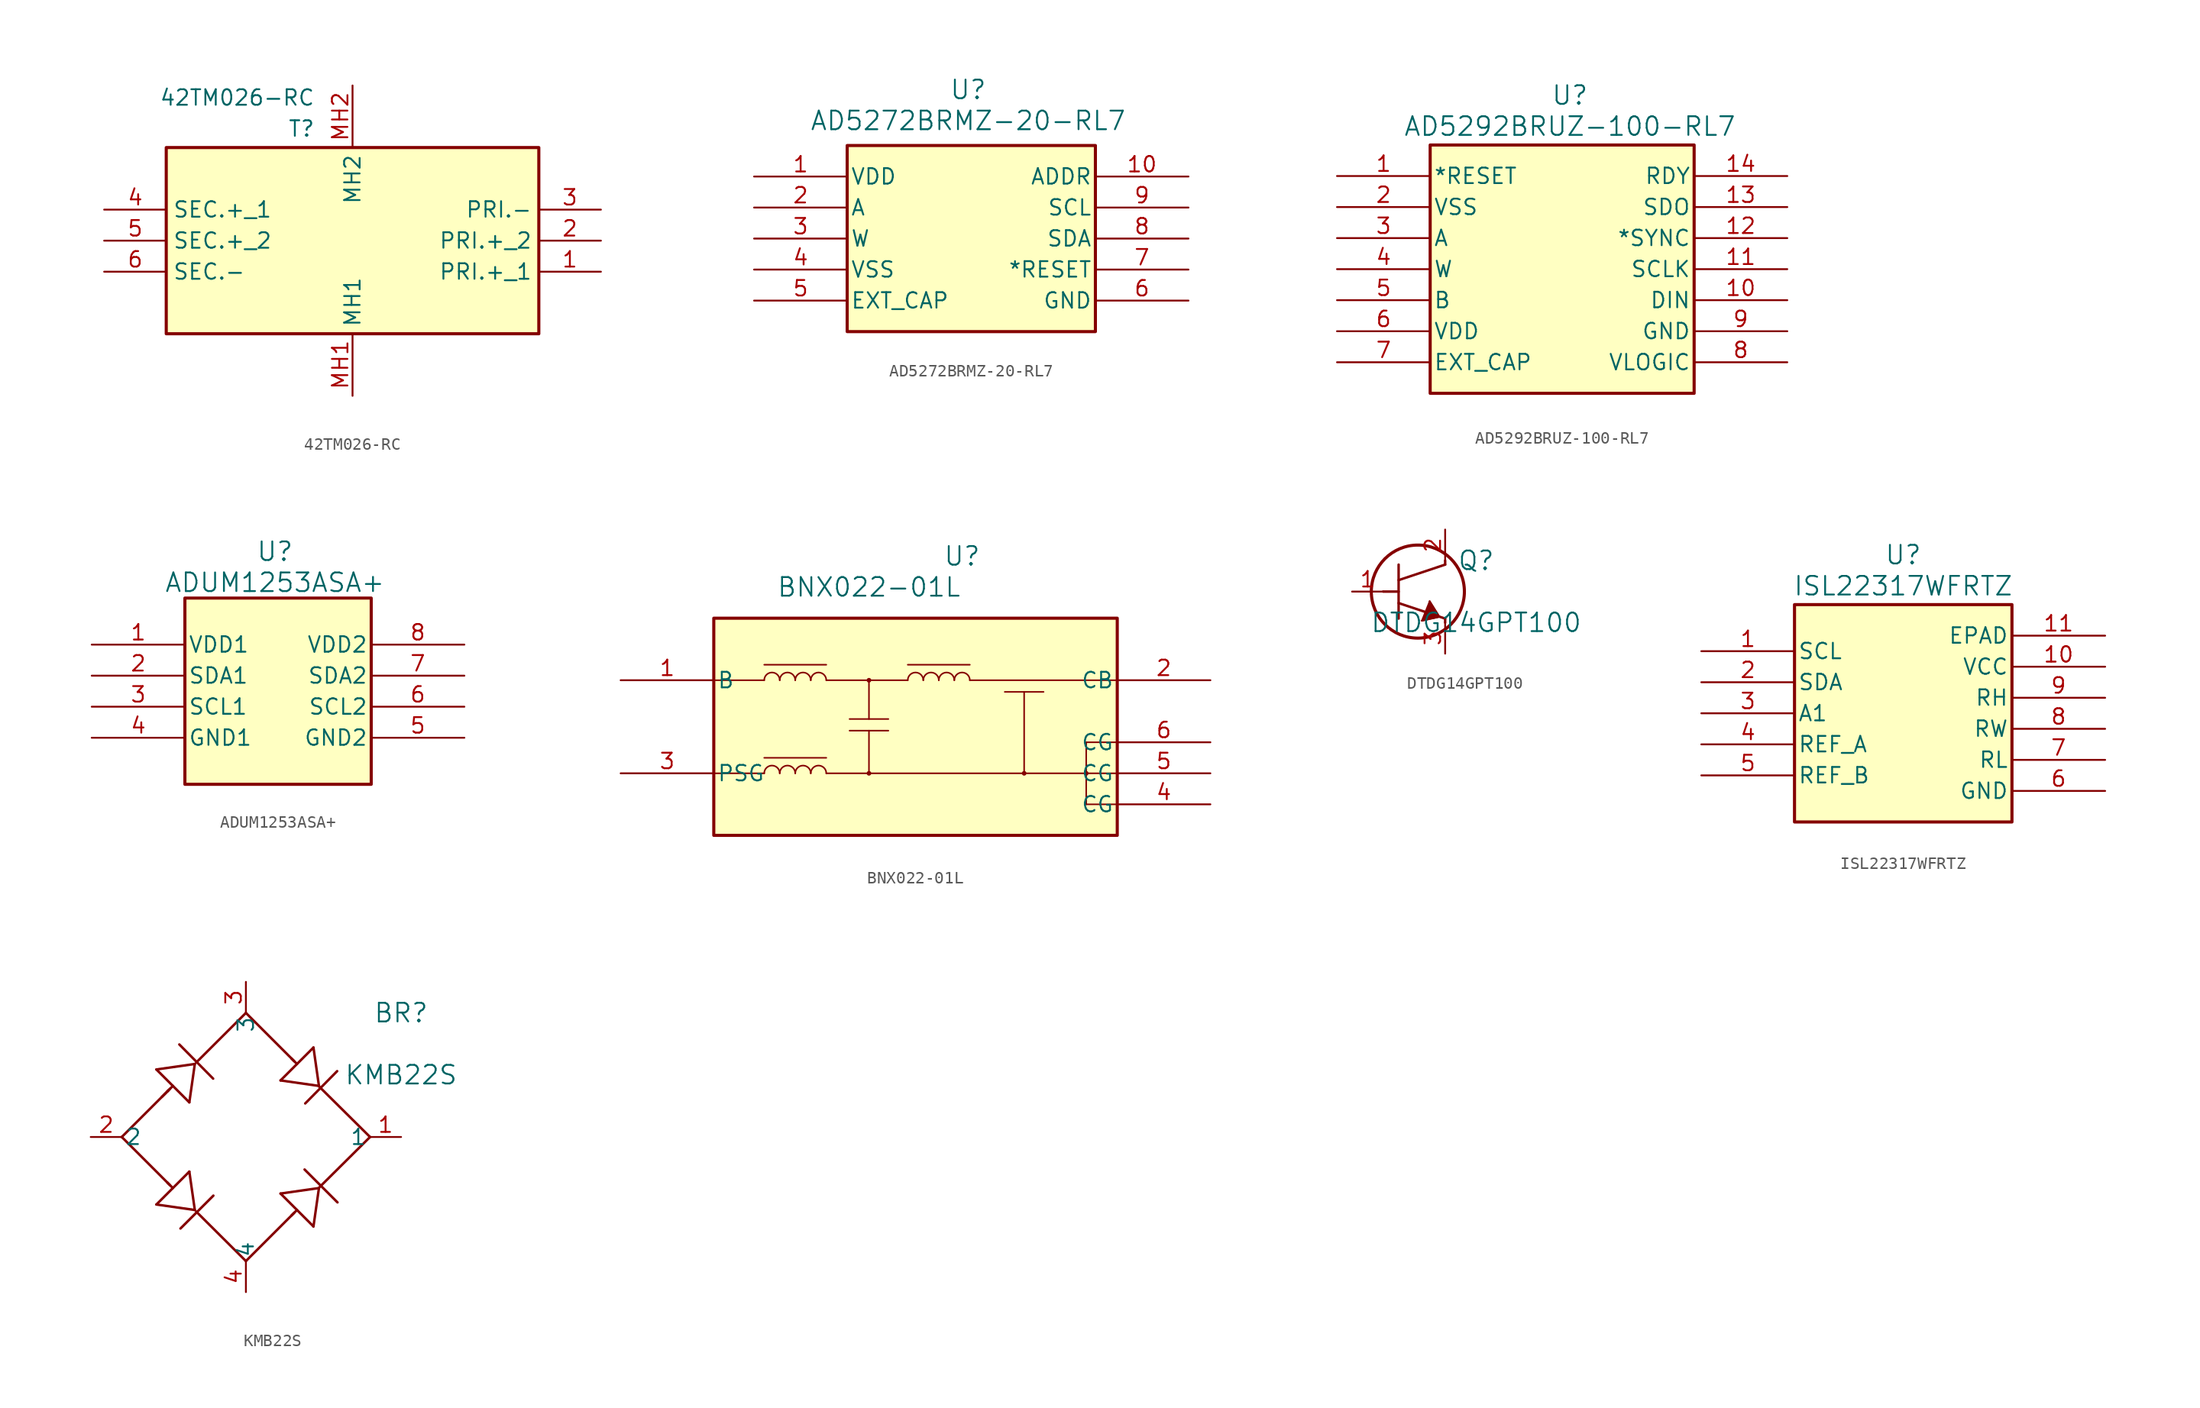
<source format=kicad_sym>
(kicad_symbol_lib
  (version 20241209)
  (generator "kicad_symbol_editor")
  (generator_version "9.0")
  (symbol "42TM026-RC"
    (property "Reference" "T"
      (at 25.527 10.541 0)
      (effects (font (size 1.27 1.27)) (justify right top)))
    (property "Value" "42TM026-RC"
      (at 25.527 13.081 0)
      (effects (font (size 1.27 1.27)) (justify right top)))
    (symbol "42TM026-RC_1_1"
      (rectangle (start 13.335 -6.985) (end 43.815 8.255) (stroke (width 0.254) (type default)) (fill (type background)))
      (pin passive line (at 8.255 3.175 0) (length 5.08) (name "SEC.+_1" (effects (font (size 1.27 1.27)))) (number "4" (effects (font (size 1.27 1.27)))))
      (pin passive line (at 8.255 0.635 0) (length 5.08) (name "SEC.+_2" (effects (font (size 1.27 1.27)))) (number "5" (effects (font (size 1.27 1.27)))))
      (pin passive line (at 8.255 -1.905 0) (length 5.08) (name "SEC.-" (effects (font (size 1.27 1.27)))) (number "6" (effects (font (size 1.27 1.27)))))
      (pin passive line (at 28.575 13.335 270) (length 5.08) (name "MH2" (effects (font (size 1.27 1.27)))) (number "MH2" (effects (font (size 1.27 1.27)))))
      (pin passive line (at 28.575 -12.065 90) (length 5.08) (name "MH1" (effects (font (size 1.27 1.27)))) (number "MH1" (effects (font (size 1.27 1.27)))))
      (pin passive line (at 48.895 3.175 180) (length 5.08) (name "PRI.-" (effects (font (size 1.27 1.27)))) (number "3" (effects (font (size 1.27 1.27)))))
      (pin passive line (at 48.895 0.635 180) (length 5.08) (name "PRI.+_2" (effects (font (size 1.27 1.27)))) (number "2" (effects (font (size 1.27 1.27)))))
      (pin passive line (at 48.895 -1.905 180) (length 5.08) (name "PRI.+_1" (effects (font (size 1.27 1.27)))) (number "1" (effects (font (size 1.27 1.27)))))))
  (symbol "AD5272BRMZ-20-RL7"
    (pin_names
      (offset 0.254))
    (property "Reference" "U"
      (at 30.226 19.812 0)
      (effects (font (size 1.524 1.524))))
    (property "Value" "AD5272BRMZ-20-RL7"
      (at 30.226 17.272 0)
      (effects (font (size 1.524 1.524))))
    (symbol "AD5272BRMZ-20-RL7_0_1"
      (pin power_in line (at 12.7 12.7 0) (length 7.62) (name "VDD" (effects (font (size 1.27 1.27)))) (number "1" (effects (font (size 1.27 1.27)))))
      (pin unspecified line (at 12.7 10.16 0) (length 7.62) (name "A" (effects (font (size 1.27 1.27)))) (number "2" (effects (font (size 1.27 1.27)))))
      (pin unspecified line (at 12.7 7.62 0) (length 7.62) (name "W" (effects (font (size 1.27 1.27)))) (number "3" (effects (font (size 1.27 1.27)))))
      (pin power_out line (at 12.7 5.08 0) (length 7.62) (name "VSS" (effects (font (size 1.27 1.27)))) (number "4" (effects (font (size 1.27 1.27)))))
      (pin unspecified line (at 12.7 2.54 0) (length 7.62) (name "EXT_CAP" (effects (font (size 1.27 1.27)))) (number "5" (effects (font (size 1.27 1.27)))))
      (pin unspecified line (at 48.26 12.7 180) (length 7.62) (name "ADDR" (effects (font (size 1.27 1.27)))) (number "10" (effects (font (size 1.27 1.27)))))
      (pin unspecified line (at 48.26 10.16 180) (length 7.62) (name "SCL" (effects (font (size 1.27 1.27)))) (number "9" (effects (font (size 1.27 1.27)))))
      (pin unspecified line (at 48.26 7.62 180) (length 7.62) (name "SDA" (effects (font (size 1.27 1.27)))) (number "8" (effects (font (size 1.27 1.27)))))
      (pin unspecified line (at 48.26 5.08 180) (length 7.62) (name "*RESET" (effects (font (size 1.27 1.27)))) (number "7" (effects (font (size 1.27 1.27)))))
      (pin power_out line (at 48.26 2.54 180) (length 7.62) (name "GND" (effects (font (size 1.27 1.27)))) (number "6" (effects (font (size 1.27 1.27))))))
    (symbol "AD5272BRMZ-20-RL7_1_1"
      (rectangle (start 20.32 15.24) (end 40.64 0) (stroke (width 0.254) (type solid)) (fill (type background)))))
  (symbol "AD5292BRUZ-100-RL7"
    (pin_names
      (offset 0.254))
    (property "Reference" "U"
      (at 38.1 24.384 0)
      (effects (font (size 1.524 1.524))))
    (property "Value" "AD5292BRUZ-100-RL7"
      (at 38.1 21.844 0)
      (effects (font (size 1.524 1.524))))
    (symbol "AD5292BRUZ-100-RL7_0_1"
      (pin input line (at 19.05 17.78 0) (length 7.62) (name "*RESET" (effects (font (size 1.27 1.27)))) (number "1" (effects (font (size 1.27 1.27)))))
      (pin power_out line (at 19.05 15.24 0) (length 7.62) (name "VSS" (effects (font (size 1.27 1.27)))) (number "2" (effects (font (size 1.27 1.27)))))
      (pin unspecified line (at 19.05 12.7 0) (length 7.62) (name "A" (effects (font (size 1.27 1.27)))) (number "3" (effects (font (size 1.27 1.27)))))
      (pin unspecified line (at 19.05 10.16 0) (length 7.62) (name "W" (effects (font (size 1.27 1.27)))) (number "4" (effects (font (size 1.27 1.27)))))
      (pin unspecified line (at 19.05 7.62 0) (length 7.62) (name "B" (effects (font (size 1.27 1.27)))) (number "5" (effects (font (size 1.27 1.27)))))
      (pin power_in line (at 19.05 5.08 0) (length 7.62) (name "VDD" (effects (font (size 1.27 1.27)))) (number "6" (effects (font (size 1.27 1.27)))))
      (pin power_in line (at 19.05 2.54 0) (length 7.62) (name "EXT_CAP" (effects (font (size 1.27 1.27)))) (number "7" (effects (font (size 1.27 1.27)))))
      (pin output line (at 55.88 17.78 180) (length 7.62) (name "RDY" (effects (font (size 1.27 1.27)))) (number "14" (effects (font (size 1.27 1.27)))))
      (pin output line (at 55.88 15.24 180) (length 7.62) (name "SDO" (effects (font (size 1.27 1.27)))) (number "13" (effects (font (size 1.27 1.27)))))
      (pin input line (at 55.88 12.7 180) (length 7.62) (name "*SYNC" (effects (font (size 1.27 1.27)))) (number "12" (effects (font (size 1.27 1.27)))))
      (pin input line (at 55.88 10.16 180) (length 7.62) (name "SCLK" (effects (font (size 1.27 1.27)))) (number "11" (effects (font (size 1.27 1.27)))))
      (pin input line (at 55.88 7.62 180) (length 7.62) (name "DIN" (effects (font (size 1.27 1.27)))) (number "10" (effects (font (size 1.27 1.27)))))
      (pin power_out line (at 55.88 5.08 180) (length 7.62) (name "GND" (effects (font (size 1.27 1.27)))) (number "9" (effects (font (size 1.27 1.27)))))
      (pin power_in line (at 55.88 2.54 180) (length 7.62) (name "VLOGIC" (effects (font (size 1.27 1.27)))) (number "8" (effects (font (size 1.27 1.27))))))
    (symbol "AD5292BRUZ-100-RL7_1_1"
      (rectangle (start 26.67 20.32) (end 48.26 0) (stroke (width 0.254) (type solid)) (fill (type background)))))
  (symbol "ADUM1253ASA+"
    (pin_names
      (offset 0.254))
    (property "Reference" "U"
      (at 14.986 8.89 0)
      (effects (font (size 1.524 1.524))))
    (property "Value" "ADUM1253ASA+"
      (at 14.986 6.35 0)
      (effects (font (size 1.524 1.524))))
    (symbol "ADUM1253ASA+_0_1"
      (pin power_in line (at 0 1.27 0) (length 7.62) (name "VDD1" (effects (font (size 1.27 1.27)))) (number "1" (effects (font (size 1.27 1.27)))))
      (pin bidirectional line (at 0 -1.27 0) (length 7.62) (name "SDA1" (effects (font (size 1.27 1.27)))) (number "2" (effects (font (size 1.27 1.27)))))
      (pin input line (at 0 -3.81 0) (length 7.62) (name "SCL1" (effects (font (size 1.27 1.27)))) (number "3" (effects (font (size 1.27 1.27)))))
      (pin power_out line (at 0 -6.35 0) (length 7.62) (name "GND1" (effects (font (size 1.27 1.27)))) (number "4" (effects (font (size 1.27 1.27)))))
      (pin power_in line (at 30.48 1.27 180) (length 7.62) (name "VDD2" (effects (font (size 1.27 1.27)))) (number "8" (effects (font (size 1.27 1.27)))))
      (pin bidirectional line (at 30.48 -1.27 180) (length 7.62) (name "SDA2" (effects (font (size 1.27 1.27)))) (number "7" (effects (font (size 1.27 1.27)))))
      (pin input line (at 30.48 -3.81 180) (length 7.62) (name "SCL2" (effects (font (size 1.27 1.27)))) (number "6" (effects (font (size 1.27 1.27)))))
      (pin power_out line (at 30.48 -6.35 180) (length 7.62) (name "GND2" (effects (font (size 1.27 1.27)))) (number "5" (effects (font (size 1.27 1.27))))))
    (symbol "ADUM1253ASA+_1_1"
      (rectangle (start 7.62 5.08) (end 22.86 -10.16) (stroke (width 0.254) (type solid)) (fill (type background)))))
  (symbol "BNX022-01L"
    (pin_names
      (offset 0.254))
    (property "Reference" "U"
      (at 27.94 10.16 0)
      (effects (font (size 1.524 1.524))))
    (property "Value" "BNX022-01L"
      (at 20.32 7.62 0)
      (effects (font (size 1.524 1.524))))
    (symbol "BNX022-01L_0_1"
      (polyline (pts (xy 7.62 0) (xy 11.748 0)) (stroke (width 0.127) (type default)) (fill (type none)))
      (polyline (pts (xy 7.62 -7.62) (xy 11.748 -7.62)) (stroke (width 0.127) (type default)) (fill (type none)))
      (polyline (pts (xy 11.748 1.27) (xy 16.828 1.27)) (stroke (width 0.127) (type default)) (fill (type none)))
      (polyline (pts (xy 11.748 -6.35) (xy 16.828 -6.35)) (stroke (width 0.127) (type default)) (fill (type none)))
      (arc (start 11.7475 0) (mid 12.3825 0.6323) (end 13.0175 0) (stroke (width 0.127) (type default)) (fill (type none)))
      (arc (start 11.7475 -7.62) (mid 12.3825 -6.9877) (end 13.0175 -7.62) (stroke (width 0.127) (type default)) (fill (type none)))
      (arc (start 13.0175 0) (mid 13.6525 0.6323) (end 14.2875 0) (stroke (width 0.127) (type default)) (fill (type none)))
      (arc (start 13.0175 -7.62) (mid 13.6525 -6.9877) (end 14.2875 -7.62) (stroke (width 0.127) (type default)) (fill (type none)))
      (arc (start 14.2875 0) (mid 14.9225 0.6323) (end 15.5575 0) (stroke (width 0.127) (type default)) (fill (type none)))
      (arc (start 14.2875 -7.62) (mid 14.9225 -6.9877) (end 15.5575 -7.62) (stroke (width 0.127) (type default)) (fill (type none)))
      (arc (start 15.5575 0) (mid 16.1925 0.6323) (end 16.8275 0) (stroke (width 0.127) (type default)) (fill (type none)))
      (arc (start 15.5575 -7.62) (mid 16.1925 -6.9877) (end 16.8275 -7.62) (stroke (width 0.127) (type default)) (fill (type none)))
      (polyline (pts (xy 16.828 0) (xy 23.495 0)) (stroke (width 0.127) (type default)) (fill (type none)))
      (polyline (pts (xy 16.828 -7.62) (xy 40.64 -7.62)) (stroke (width 0.127) (type default)) (fill (type none)))
      (polyline (pts (xy 18.733 -3.175) (xy 21.907 -3.175)) (stroke (width 0.127) (type default)) (fill (type none)))
      (polyline (pts (xy 18.733 -4.128) (xy 21.907 -4.128)) (stroke (width 0.127) (type default)) (fill (type none)))
      (polyline (pts (xy 20.32 0) (xy 20.32 -3.175)) (stroke (width 0.127) (type default)) (fill (type none)))
      (circle (center 20.32 0) (radius 0.127) (stroke (width 0.127) (type default)) (fill (type none)))
      (polyline (pts (xy 20.32 -4.128) (xy 20.32 -7.62)) (stroke (width 0.127) (type default)) (fill (type none)))
      (circle (center 20.32 -7.62) (radius 0.127) (stroke (width 0.127) (type default)) (fill (type none)))
      (polyline (pts (xy 23.495 1.27) (xy 28.575 1.27)) (stroke (width 0.127) (type default)) (fill (type none)))
      (arc (start 23.495 0) (mid 24.13 0.6323) (end 24.765 0) (stroke (width 0.127) (type default)) (fill (type none)))
      (arc (start 24.765 0) (mid 25.4 0.6323) (end 26.035 0) (stroke (width 0.127) (type default)) (fill (type none)))
      (arc (start 26.035 0) (mid 26.67 0.6323) (end 27.305 0) (stroke (width 0.127) (type default)) (fill (type none)))
      (arc (start 27.305 0) (mid 27.94 0.6323) (end 28.575 0) (stroke (width 0.127) (type default)) (fill (type none)))
      (polyline (pts (xy 28.575 0) (xy 40.64 0)) (stroke (width 0.127) (type default)) (fill (type none)))
      (polyline (pts (xy 31.433 -0.953) (xy 34.608 -0.953)) (stroke (width 0.127) (type default)) (fill (type none)))
      (polyline (pts (xy 33.02 -7.62) (xy 33.02 -0.953)) (stroke (width 0.127) (type default)) (fill (type none)))
      (circle (center 33.02 -7.62) (radius 0.127) (stroke (width 0.127) (type default)) (fill (type none)))
      (polyline (pts (xy 38.1 -5.08) (xy 38.1 -10.16)) (stroke (width 0.127) (type default)) (fill (type none)))
      (circle (center 38.1 -7.62) (radius 0.127) (stroke (width 0.127) (type default)) (fill (type none)))
      (polyline (pts (xy 40.64 -5.08) (xy 38.1 -5.08)) (stroke (width 0.127) (type default)) (fill (type none)))
      (polyline (pts (xy 40.64 -10.16) (xy 38.1 -10.16)) (stroke (width 0.127) (type default)) (fill (type none)))
      (pin unspecified line (at 0 0 0) (length 7.62) (name "B" (effects (font (size 1.27 1.27)))) (number "1" (effects (font (size 1.27 1.27)))))
      (pin unspecified line (at 48.26 -5.08 180) (length 7.62) (name "CG" (effects (font (size 1.27 1.27)))) (number "6" (effects (font (size 1.27 1.27)))))
      (pin unspecified line (at 48.26 -7.62 180) (length 7.62) (name "CG" (effects (font (size 1.27 1.27)))) (number "5" (effects (font (size 1.27 1.27)))))
      (pin unspecified line (at 48.26 -10.16 180) (length 7.62) (name "CG" (effects (font (size 1.27 1.27)))) (number "4" (effects (font (size 1.27 1.27))))))
    (symbol "BNX022-01L_1_1"
      (rectangle (start 7.62 5.08) (end 40.64 -12.7) (stroke (width 0.254) (type solid)) (fill (type background)))
      (pin unspecified line (at 0 -7.62 0) (length 7.62) (name "PSG" (effects (font (size 1.27 1.27)))) (number "3" (effects (font (size 1.27 1.27)))))
      (pin unspecified line (at 48.26 0 180) (length 7.62) (name "CB" (effects (font (size 1.27 1.27)))) (number "2" (effects (font (size 1.27 1.27)))))))
  (symbol "DTDG14GPT100"
    (pin_names
      (offset 0.002))
    (property "Reference" "Q"
      (at 10.16 2.54 0)
      (effects (font (size 1.524 1.524))))
    (property "Value" "DTDG14GPT100"
      (at 10.16 -2.54 0)
      (effects (font (size 1.524 1.524))))
    (symbol "DTDG14GPT100_0_1"
      (polyline (pts (xy 2.54 0) (xy 3.81 0)) (stroke (width 0.203) (type default)) (fill (type none)))
      (polyline (pts (xy 3.81 0.94) (xy 7.62 2.21)) (stroke (width 0.203) (type default)) (fill (type none)))
      (polyline (pts (xy 3.81 -0.94) (xy 7.62 -2.21)) (stroke (width 0.203) (type default)) (fill (type none)))
      (polyline (pts (xy 3.81 -2.21) (xy 3.81 2.21)) (stroke (width 0.203) (type default)) (fill (type none)))
      (circle (center 5.385 0) (radius 3.81) (stroke (width 0.254) (type default)) (fill (type none)))
      (polyline (pts (xy 5.715 -2.381) (xy 7.144 -2.064)) (stroke (width 0.127) (type default)) (fill (type none)))
      (polyline (pts (xy 6.35 -0.794) (xy 5.715 -2.381)) (stroke (width 0.127) (type default)) (fill (type none)))
      (polyline (pts (xy 6.35 -0.794) (xy 7.144 -2.064) (xy 5.715 -2.381)) (stroke (width 0) (type default)) (fill (type outline)))
      (polyline (pts (xy 7.144 -2.064) (xy 6.35 -0.794)) (stroke (width 0.127) (type default)) (fill (type none)))
      (polyline (pts (xy 7.62 2.21) (xy 7.62 2.54)) (stroke (width 0.203) (type default)) (fill (type none)))
      (polyline (pts (xy 7.62 -2.54) (xy 7.62 -2.21)) (stroke (width 0.203) (type default)) (fill (type none))))
    (symbol "DTDG14GPT100_1_1"
      (pin input line (at 0 0 0) (length 2.54) (name "" (effects (font (size 1.27 1.27)))) (number "1" (effects (font (size 1.27 1.27)))))
      (pin passive line (at 7.62 5.08 270) (length 2.54) (name "" (effects (font (size 1.27 1.27)))) (number "2" (effects (font (size 1.27 1.27)))))
      (pin passive line (at 7.62 -5.08 90) (length 2.54) (name "" (effects (font (size 1.27 1.27)))) (number "3" (effects (font (size 1.27 1.27)))))))
  (symbol "ISL22317WFRTZ"
    (pin_names
      (offset 0.254))
    (property "Reference" "U"
      (at 29.21 23.114 0)
      (effects (font (size 1.524 1.524))))
    (property "Value" "ISL22317WFRTZ"
      (at 29.21 20.574 0)
      (effects (font (size 1.524 1.524))))
    (symbol "ISL22317WFRTZ_0_1"
      (pin input line (at 12.7 15.24 0) (length 7.62) (name "SCL" (effects (font (size 1.27 1.27)))) (number "1" (effects (font (size 1.27 1.27)))))
      (pin bidirectional line (at 12.7 12.7 0) (length 7.62) (name "SDA" (effects (font (size 1.27 1.27)))) (number "2" (effects (font (size 1.27 1.27)))))
      (pin input line (at 12.7 10.16 0) (length 7.62) (name "A1" (effects (font (size 1.27 1.27)))) (number "3" (effects (font (size 1.27 1.27)))))
      (pin unspecified line (at 12.7 7.62 0) (length 7.62) (name "REF_A" (effects (font (size 1.27 1.27)))) (number "4" (effects (font (size 1.27 1.27)))))
      (pin unspecified line (at 12.7 5.08 0) (length 7.62) (name "REF_B" (effects (font (size 1.27 1.27)))) (number "5" (effects (font (size 1.27 1.27)))))
      (pin unspecified line (at 45.72 16.51 180) (length 7.62) (name "EPAD" (effects (font (size 1.27 1.27)))) (number "11" (effects (font (size 1.27 1.27)))))
      (pin power_in line (at 45.72 13.97 180) (length 7.62) (name "VCC" (effects (font (size 1.27 1.27)))) (number "10" (effects (font (size 1.27 1.27)))))
      (pin unspecified line (at 45.72 11.43 180) (length 7.62) (name "RH" (effects (font (size 1.27 1.27)))) (number "9" (effects (font (size 1.27 1.27)))))
      (pin unspecified line (at 45.72 8.89 180) (length 7.62) (name "RW" (effects (font (size 1.27 1.27)))) (number "8" (effects (font (size 1.27 1.27)))))
      (pin unspecified line (at 45.72 6.35 180) (length 7.62) (name "RL" (effects (font (size 1.27 1.27)))) (number "7" (effects (font (size 1.27 1.27)))))
      (pin power_in line (at 45.72 3.81 180) (length 7.62) (name "GND" (effects (font (size 1.27 1.27)))) (number "6" (effects (font (size 1.27 1.27))))))
    (symbol "ISL22317WFRTZ_1_1"
      (rectangle (start 20.32 19.05) (end 38.1 1.27) (stroke (width 0.254) (type solid)) (fill (type background)))))
  (symbol "KMB22S"
    (pin_names
      (offset 0.254))
    (property "Reference" "BR"
      (at 25.4 10.16 0)
      (effects (font (size 1.524 1.524))))
    (property "Value" "KMB22S"
      (at 25.4 5.08 0)
      (effects (font (size 1.524 1.524))))
    (symbol "KMB22S_0_1"
      (polyline (pts (xy 2.54 0) (xy 6.35 3.81)) (stroke (width 0.203) (type default)) (fill (type none)))
      (polyline (pts (xy 2.54 0) (xy 6.489 -3.949)) (stroke (width 0.203) (type default)) (fill (type none)))
      (polyline (pts (xy 5.375 5.529) (xy 8.069 2.835)) (stroke (width 0.203) (type default)) (fill (type none)))
      (polyline (pts (xy 5.375 -5.529) (xy 8.518 -5.978)) (stroke (width 0.203) (type default)) (fill (type none)))
      (polyline (pts (xy 5.824 3.284) (xy 6.489 3.949)) (stroke (width 0.203) (type default)) (fill (type none)))
      (polyline (pts (xy 6.273 3.733) (xy 6.722 4.182)) (stroke (width 0.203) (type default)) (fill (type none)))
      (polyline (pts (xy 6.273 -3.733) (xy 6.722 -4.182)) (stroke (width 0.203) (type default)) (fill (type none)))
      (polyline (pts (xy 7.343 -7.496) (xy 10.037 -4.802)) (stroke (width 0.203) (type default)) (fill (type none)))
      (polyline (pts (xy 8.069 2.835) (xy 8.518 5.978)) (stroke (width 0.203) (type default)) (fill (type none)))
      (polyline (pts (xy 8.069 -2.835) (xy 5.375 -5.529)) (stroke (width 0.203) (type default)) (fill (type none)))
      (polyline (pts (xy 8.518 5.978) (xy 5.375 5.529)) (stroke (width 0.203) (type default)) (fill (type none)))
      (polyline (pts (xy 8.518 -5.978) (xy 8.069 -2.835)) (stroke (width 0.203) (type default)) (fill (type none)))
      (polyline (pts (xy 8.634 6.1) (xy 12.7 10.16)) (stroke (width 0.203) (type default)) (fill (type none)))
      (polyline (pts (xy 10.019 4.777) (xy 7.25 7.577)) (stroke (width 0.203) (type default)) (fill (type none)))
      (polyline (pts (xy 12.7 10.16) (xy 16.648 6.212)) (stroke (width 0.203) (type default)) (fill (type none)))
      (polyline (pts (xy 12.7 -10.16) (xy 8.634 -6.111)) (stroke (width 0.203) (type default)) (fill (type none)))
      (polyline (pts (xy 12.7 -10.16) (xy 16.648 -6.212)) (stroke (width 0.203) (type default)) (fill (type none)))
      (polyline (pts (xy 15.535 4.631) (xy 18.678 4.182)) (stroke (width 0.203) (type default)) (fill (type none)))
      (polyline (pts (xy 15.535 -4.631) (xy 18.229 -7.325)) (stroke (width 0.203) (type default)) (fill (type none)))
      (polyline (pts (xy 16.433 6.427) (xy 16.882 5.978)) (stroke (width 0.203) (type default)) (fill (type none)))
      (polyline (pts (xy 16.433 -6.427) (xy 16.882 -5.978)) (stroke (width 0.203) (type default)) (fill (type none)))
      (polyline (pts (xy 17.555 2.747) (xy 20.169 5.393)) (stroke (width 0.203) (type default)) (fill (type none)))
      (polyline (pts (xy 18.229 7.325) (xy 15.535 4.631)) (stroke (width 0.203) (type default)) (fill (type none)))
      (polyline (pts (xy 18.229 -7.325) (xy 18.678 -4.182)) (stroke (width 0.203) (type default)) (fill (type none)))
      (polyline (pts (xy 18.678 4.182) (xy 18.229 7.325)) (stroke (width 0.203) (type default)) (fill (type none)))
      (polyline (pts (xy 18.678 -4.182) (xy 15.535 -4.631)) (stroke (width 0.203) (type default)) (fill (type none)))
      (polyline (pts (xy 20.196 -5.357) (xy 17.502 -2.663)) (stroke (width 0.203) (type default)) (fill (type none)))
      (polyline (pts (xy 22.86 0) (xy 18.693 4.131)) (stroke (width 0.203) (type default)) (fill (type none)))
      (polyline (pts (xy 22.86 0) (xy 18.736 -4.096)) (stroke (width 0.203) (type default)) (fill (type none))))
    (symbol "KMB22S_1_1"
      (pin passive line (at 0 0 0) (length 2.54) (name "2" (effects (font (size 1.27 1.27)))) (number "2" (effects (font (size 1.27 1.27)))))
      (pin passive line (at 12.7 12.7 270) (length 2.54) (name "3" (effects (font (size 1.27 1.27)))) (number "3" (effects (font (size 1.27 1.27)))))
      (pin passive line (at 12.7 -12.7 90) (length 2.54) (name "4" (effects (font (size 1.27 1.27)))) (number "4" (effects (font (size 1.27 1.27)))))
      (pin passive line (at 25.4 0 180) (length 2.54) (name "1" (effects (font (size 1.27 1.27)))) (number "1" (effects (font (size 1.27 1.27))))))))
</source>
